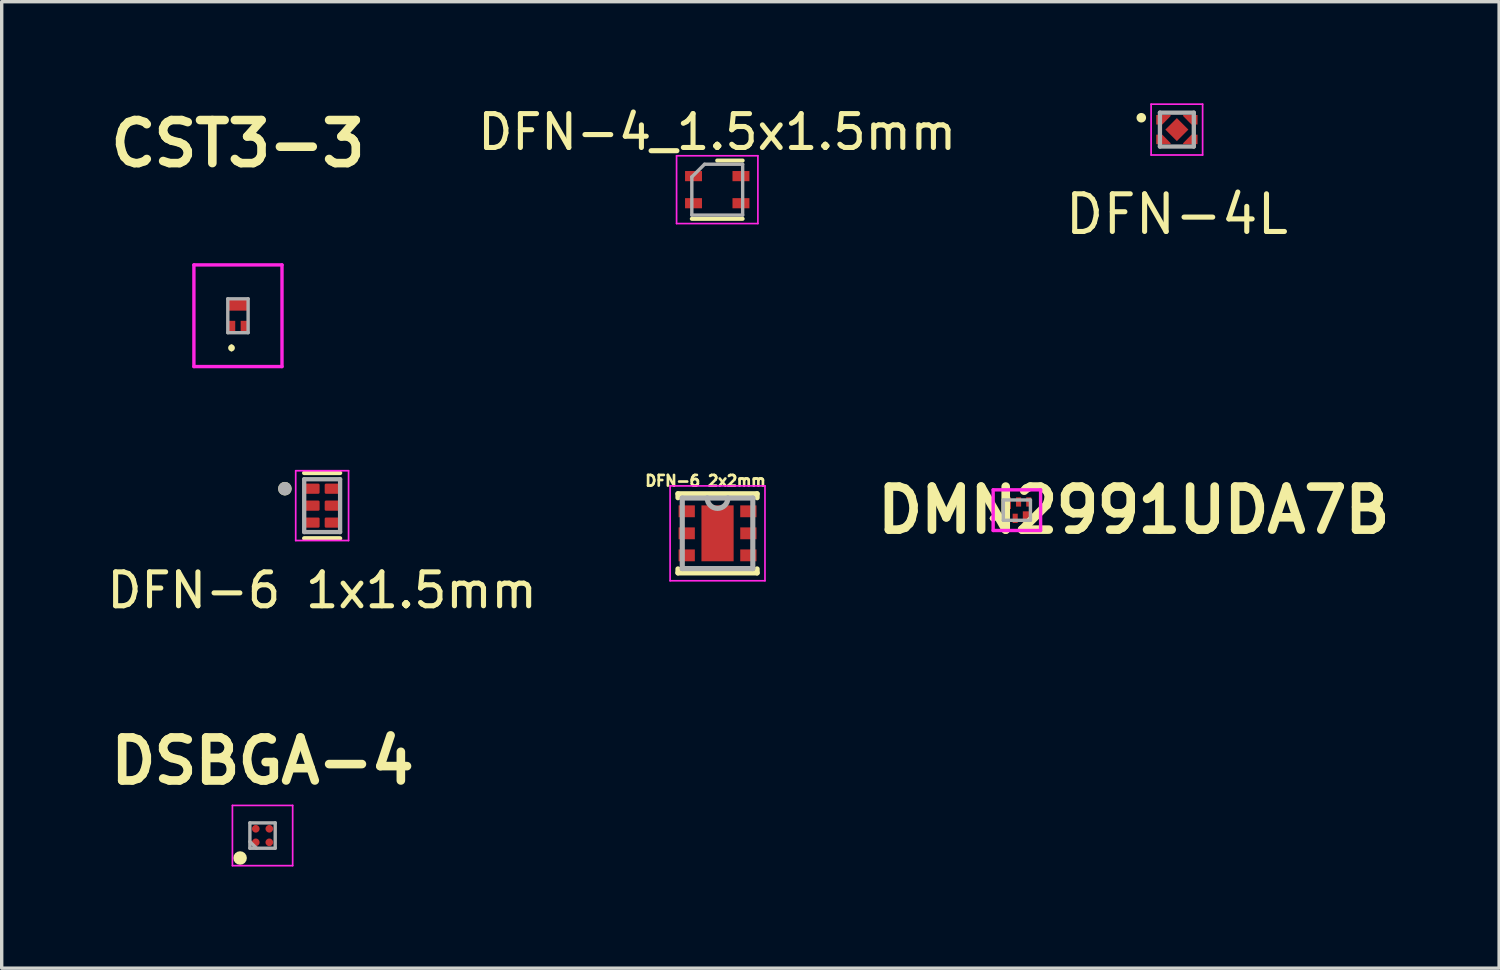
<source format=kicad_pcb>
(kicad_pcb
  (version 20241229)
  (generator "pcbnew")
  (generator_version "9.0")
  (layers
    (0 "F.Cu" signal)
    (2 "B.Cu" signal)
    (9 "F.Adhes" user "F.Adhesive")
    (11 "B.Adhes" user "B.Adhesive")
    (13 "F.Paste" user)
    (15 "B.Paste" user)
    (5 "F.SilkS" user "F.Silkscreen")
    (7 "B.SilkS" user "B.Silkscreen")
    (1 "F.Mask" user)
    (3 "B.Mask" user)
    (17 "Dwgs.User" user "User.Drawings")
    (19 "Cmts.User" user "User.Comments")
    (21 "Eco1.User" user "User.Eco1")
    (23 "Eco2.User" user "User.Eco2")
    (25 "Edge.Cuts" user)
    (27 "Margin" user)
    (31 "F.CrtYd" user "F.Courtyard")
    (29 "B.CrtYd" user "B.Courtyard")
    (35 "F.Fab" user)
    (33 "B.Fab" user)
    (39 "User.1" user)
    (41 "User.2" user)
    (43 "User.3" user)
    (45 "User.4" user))
  (footprint "DFN-4_1.5x1.5mm"
    (layer "F.Cu")
    (at 18.119 2.548)
    (property "Reference" "DFN-4_1.5x1.5mm" (at 0 -1.7 0) (layer "F.SilkS") (effects (font (size 1 1) (thickness 0.15))))
    (attr smd)
    (fp_line (start -0.75 0.86) (end 0.75 0.86) (stroke (width 0.12) (type solid)) (layer "F.SilkS"))
    (fp_line (start 0 -0.86) (end 0.75 -0.86) (stroke (width 0.12) (type solid)) (layer "F.SilkS"))
    (fp_line (start -1.2 -1) (end -1.2 1) (stroke (width 0.05) (type solid)) (layer "F.CrtYd"))
    (fp_line (start -1.2 1) (end 1.2 1) (stroke (width 0.05) (type solid)) (layer "F.CrtYd"))
    (fp_line (start 1.2 -1) (end -1.2 -1) (stroke (width 0.05) (type solid)) (layer "F.CrtYd"))
    (fp_line (start 1.2 1) (end 1.2 -1) (stroke (width 0.05) (type solid)) (layer "F.CrtYd"))
    (fp_line (start -0.75 -0.375) (end -0.375 -0.75) (stroke (width 0.1) (type solid)) (layer "F.Fab"))
    (fp_line (start -0.75 0.75) (end -0.75 -0.375) (stroke (width 0.1) (type solid)) (layer "F.Fab"))
    (fp_line (start -0.375 -0.75) (end 0.75 -0.75) (stroke (width 0.1) (type solid)) (layer "F.Fab"))
    (fp_line (start 0.75 -0.75) (end 0.75 0.75) (stroke (width 0.1) (type solid)) (layer "F.Fab"))
    (fp_line (start 0.75 0.75) (end -0.75 0.75) (stroke (width 0.1) (type solid)) (layer "F.Fab"))
    (pad "1" smd rect (at -0.7 -0.4) (size 0.5 0.3) (layers "F.Cu" "F.Mask" "F.Paste"))
    (pad "2" smd rect (at -0.7 0.4) (size 0.5 0.3) (layers "F.Cu" "F.Mask" "F.Paste"))
    (pad "3" smd rect (at 0.7 0.4) (size 0.5 0.3) (layers "F.Cu" "F.Mask" "F.Paste"))
    (pad "4" smd rect (at 0.7 -0.4) (size 0.5 0.3) (layers "F.Cu" "F.Mask" "F.Paste")))
  (footprint "DFN-6 2x2mm"
    (layer "F.Cu")
    (at 18.128 12.691)
    (property "Reference" "DFN-6 2x2mm" (at -0.355 -1.55 0) (layer "F.SilkS") (effects (font (size 0.315 0.315) (thickness 0.079))))
    (attr smd)
    (fp_line (start -1.168 -1.168) (end -1.168 -1.05) (stroke (width 0.152) (type solid)) (layer "F.SilkS"))
    (fp_line (start -1.168 1.05) (end -1.168 1.168) (stroke (width 0.152) (type solid)) (layer "F.SilkS"))
    (fp_line (start -1.168 1.168) (end 1.168 1.168) (stroke (width 0.152) (type solid)) (layer "F.SilkS"))
    (fp_line (start 1.168 -1.168) (end -1.168 -1.168) (stroke (width 0.152) (type solid)) (layer "F.SilkS"))
    (fp_line (start 1.168 -1.05) (end 1.168 -1.168) (stroke (width 0.152) (type solid)) (layer "F.SilkS"))
    (fp_line (start 1.168 1.168) (end 1.168 1.05) (stroke (width 0.152) (type solid)) (layer "F.SilkS"))
    (fp_line (start -1.4 -1.4) (end -1.4 1.4) (stroke (width 0.05) (type solid)) (layer "F.CrtYd"))
    (fp_line (start -1.4 1.4) (end 1.4 1.4) (stroke (width 0.05) (type solid)) (layer "F.CrtYd"))
    (fp_line (start 1.4 -1.4) (end -1.4 -1.4) (stroke (width 0.05) (type solid)) (layer "F.CrtYd"))
    (fp_line (start 1.4 1.4) (end 1.4 -1.4) (stroke (width 0.05) (type solid)) (layer "F.CrtYd"))
    (fp_line (start -1.041 -1.041) (end -1.041 1.041) (stroke (width 0.152) (type solid)) (layer "F.Fab"))
    (fp_line (start -1.041 1.041) (end 1.041 1.041) (stroke (width 0.152) (type solid)) (layer "F.Fab"))
    (fp_line (start -0.305 -1.041) (end -1.041 -1.041) (stroke (width 0.152) (type solid)) (layer "F.Fab"))
    (fp_line (start 0.305 -1.041) (end -0.305 -1.041) (stroke (width 0.152) (type solid)) (layer "F.Fab"))
    (fp_line (start 1.041 -1.041) (end 0.305 -1.041) (stroke (width 0.152) (type solid)) (layer "F.Fab"))
    (fp_line (start 1.041 1.041) (end 1.041 -1.041) (stroke (width 0.152) (type solid)) (layer "F.Fab"))
    (fp_arc (start 0.3048 -1.0414) (mid 0 -0.7366) (end -0.3048 -1.0414) (stroke (width 0.1524) (type solid)) (layer "F.Fab"))
    (pad "1" smd rect (at -0.91 -0.65) (size 0.48 0.35) (layers "F.Cu" "F.Mask" "F.Paste"))
    (pad "2" smd rect (at -0.91 0) (size 0.48 0.35) (layers "F.Cu" "F.Mask" "F.Paste"))
    (pad "3" smd rect (at -0.91 0.65) (size 0.48 0.35) (layers "F.Cu" "F.Mask" "F.Paste"))
    (pad "4" smd rect (at 0.91 0.65) (size 0.48 0.35) (layers "F.Cu" "F.Mask" "F.Paste"))
    (pad "5" smd rect (at 0.91 0) (size 0.48 0.35) (layers "F.Cu" "F.Mask" "F.Paste"))
    (pad "6" smd rect (at 0.91 -0.65) (size 0.48 0.35) (layers "F.Cu" "F.Mask" "F.Paste"))
    (pad "7" smd rect (at 0 0) (size 0.95 1.65) (layers "F.Cu" "F.Mask")))
  (footprint "DSBGA-4"
    (layer "F.Cu")
    (at 4.699 21.611)
    (property "Reference" "DSBGA-4" (at 0 -2.2 0) (layer "F.SilkS") (effects (font (size 1.27 1.27) (thickness 0.254))))
    (attr smd)
    (fp_circle (center -0.663 0.663) (end -0.563 0.663) (stroke (width 0.2) (type solid)) (fill no) (layer "F.SilkS"))
    (fp_line (start -0.889 -0.889) (end 0.889 -0.889) (stroke (width 0.05) (type solid)) (layer "F.CrtYd"))
    (fp_line (start -0.889 0.889) (end -0.889 -0.889) (stroke (width 0.05) (type solid)) (layer "F.CrtYd"))
    (fp_line (start 0.889 -0.889) (end 0.889 0.889) (stroke (width 0.05) (type solid)) (layer "F.CrtYd"))
    (fp_line (start 0.889 0.889) (end -0.889 0.889) (stroke (width 0.05) (type solid)) (layer "F.CrtYd"))
    (fp_line (start -0.374 -0.374) (end 0.374 -0.374) (stroke (width 0.1) (type solid)) (layer "F.Fab"))
    (fp_line (start -0.374 0.374) (end -0.374 -0.374) (stroke (width 0.1) (type solid)) (layer "F.Fab"))
    (fp_line (start -0.18 0.374) (end -0.374 0.18) (stroke (width 0.1) (type solid)) (layer "F.Fab"))
    (fp_line (start 0.374 -0.374) (end 0.374 0.374) (stroke (width 0.1) (type solid)) (layer "F.Fab"))
    (fp_line (start 0.374 0.374) (end -0.374 0.374) (stroke (width 0.1) (type solid)) (layer "F.Fab"))
    (pad "A1" smd circle (at -0.2 0.2 180) (size 0.226 0.226) (layers "F.Cu" "F.Mask" "F.Paste"))
    (pad "A2" smd circle (at -0.2 -0.2 180) (size 0.226 0.226) (layers "F.Cu" "F.Mask" "F.Paste"))
    (pad "B1" smd circle (at 0.2 0.2 180) (size 0.226 0.226) (layers "F.Cu" "F.Mask" "F.Paste"))
    (pad "B2" smd circle (at 0.2 -0.2 180) (size 0.226 0.226) (layers "F.Cu" "F.Mask" "F.Paste")))
  (footprint "DFN-4L"
    (layer "F.Cu")
    (at 31.685 0.775)
    (property "Reference" "DFN-4L" (at 0 2.5 0) (layer "F.SilkS") (effects (font (size 1.111 1.111) (thickness 0.15))))
    (attr smd)
    (fp_poly (pts (xy -0.294 -0.29) (xy 0.29 -0.29) (xy 0.29 0.294) (xy -0.294 0.294)) (stroke (width 0.01) (type solid)) (fill yes) (layer "F.Mask"))
    (fp_poly (pts (xy -0.135 -0.48) (xy -0.66 -0.48) (xy -0.66 -0.1) (xy -0.38 -0.1) (xy -0.135 -0.35)) (stroke (width 0) (type solid)) (fill yes) (layer "F.Mask"))
    (fp_poly (pts (xy -0.135 0.48) (xy -0.66 0.48) (xy -0.66 0.1) (xy -0.38 0.1) (xy -0.135 0.35)) (stroke (width 0) (type solid)) (fill yes) (layer "F.Mask"))
    (fp_poly (pts (xy 0.135 -0.48) (xy 0.66 -0.48) (xy 0.66 -0.1) (xy 0.38 -0.1) (xy 0.135 -0.35)) (stroke (width 0) (type solid)) (fill yes) (layer "F.Mask"))
    (fp_poly (pts (xy 0.135 0.48) (xy 0.66 0.48) (xy 0.66 0.1) (xy 0.38 0.1) (xy 0.135 0.35)) (stroke (width 0) (type solid)) (fill yes) (layer "F.Mask"))
    (fp_circle (center -1.05 -0.35) (end -0.909 -0.35) (stroke (width 0) (type solid)) (fill yes) (layer "F.SilkS"))
    (fp_poly (pts (xy -0.243 -0.24) (xy 0.24 -0.24) (xy 0.24 0.243) (xy -0.243 0.243)) (stroke (width 0.01) (type solid)) (fill yes) (layer "F.Paste"))
    (fp_poly (pts (xy -0.185 -0.43) (xy -0.61 -0.43) (xy -0.61 -0.15) (xy -0.43 -0.15) (xy -0.185 -0.4)) (stroke (width 0) (type solid)) (fill yes) (layer "F.Paste"))
    (fp_poly (pts (xy -0.185 0.43) (xy -0.61 0.43) (xy -0.61 0.15) (xy -0.43 0.15) (xy -0.185 0.4)) (stroke (width 0) (type solid)) (fill yes) (layer "F.Paste"))
    (fp_poly (pts (xy 0.185 -0.43) (xy 0.61 -0.43) (xy 0.61 -0.15) (xy 0.43 -0.15) (xy 0.185 -0.4)) (stroke (width 0) (type solid)) (fill yes) (layer "F.Paste"))
    (fp_poly (pts (xy 0.185 0.43) (xy 0.61 0.43) (xy 0.61 0.15) (xy 0.43 0.15) (xy 0.185 0.4)) (stroke (width 0) (type solid)) (fill yes) (layer "F.Paste"))
    (fp_line (start -0.76 -0.75) (end 0.76 -0.75) (stroke (width 0.05) (type solid)) (layer "F.CrtYd"))
    (fp_line (start -0.76 0.75) (end -0.76 -0.75) (stroke (width 0.05) (type solid)) (layer "F.CrtYd"))
    (fp_line (start 0.76 -0.75) (end 0.76 0.75) (stroke (width 0.05) (type solid)) (layer "F.CrtYd"))
    (fp_line (start 0.76 0.75) (end -0.76 0.75) (stroke (width 0.05) (type solid)) (layer "F.CrtYd"))
    (fp_line (start -0.5 -0.5) (end 0.5 -0.5) (stroke (width 0.127) (type solid)) (layer "F.Fab"))
    (fp_line (start -0.5 0.5) (end -0.5 -0.5) (stroke (width 0.127) (type solid)) (layer "F.Fab"))
    (fp_line (start 0.5 -0.5) (end 0.5 0.5) (stroke (width 0.127) (type solid)) (layer "F.Fab"))
    (fp_line (start 0.5 0.5) (end -0.5 0.5) (stroke (width 0.127) (type solid)) (layer "F.Fab"))
    (pad "1" smd custom (at -0.435 -0.335) (size 0.2 0.13) (layers "F.Cu") (options (anchor rect)) (primitives (gr_poly (pts (xy 0.25 -0.095) (xy -0.175 -0.095) (xy -0.175 0.185) (xy 0.005 0.185) (xy 0.25 -0.065)) (width 0) (fill yes))))
    (pad "2" smd custom (at -0.435 0.335) (size 0.2 0.13) (layers "F.Cu") (options (anchor rect)) (primitives (gr_poly (pts (xy 0.25 0.095) (xy -0.175 0.095) (xy -0.175 -0.185) (xy 0.005 -0.185) (xy 0.25 0.065)) (width 0) (fill yes))))
    (pad "3" smd custom (at 0.435 0.335) (size 0.2 0.13) (layers "F.Cu") (options (anchor rect)) (primitives (gr_poly (pts (xy -0.25 0.095) (xy 0.175 0.095) (xy 0.175 -0.185) (xy -0.005 -0.185) (xy -0.25 0.065)) (width 0) (fill yes))))
    (pad "4" smd custom (at 0.435 -0.335) (size 0.2 0.13) (layers "F.Cu") (options (anchor rect)) (primitives (gr_poly (pts (xy -0.25 -0.095) (xy 0.175 -0.095) (xy 0.175 0.185) (xy -0.005 0.185) (xy -0.25 -0.065)) (width 0) (fill yes))))
    (pad "5" smd rect (at 0 0 315) (size 0.48 0.48) (layers "F.Cu")))
  (footprint "DFN-6 1x1.5mm"
    (layer "F.Cu")
    (at 6.458 11.874)
    (property "Reference" "DFN-6 1x1.5mm" (at 0 2.5 0) (layer "F.SilkS") (effects (font (size 1 1) (thickness 0.15))))
    (attr smd)
    (fp_line (start -0.53 -0.964) (end 0.53 -0.964) (stroke (width 0.127) (type solid)) (layer "F.SilkS"))
    (fp_line (start -0.53 0.964) (end 0.53 0.964) (stroke (width 0.127) (type solid)) (layer "F.SilkS"))
    (fp_circle (center -1.1 -0.5) (end -1 -0.5) (stroke (width 0.2) (type solid)) (fill no) (layer "F.SilkS"))
    (fp_line (start -0.78 -1.03) (end -0.78 1.03) (stroke (width 0.05) (type solid)) (layer "F.CrtYd"))
    (fp_line (start -0.78 -1.03) (end 0.78 -1.03) (stroke (width 0.05) (type solid)) (layer "F.CrtYd"))
    (fp_line (start -0.78 1.03) (end 0.78 1.03) (stroke (width 0.05) (type solid)) (layer "F.CrtYd"))
    (fp_line (start 0.78 -1.03) (end 0.78 1.03) (stroke (width 0.05) (type solid)) (layer "F.CrtYd"))
    (fp_line (start -0.53 -0.78) (end -0.53 0.78) (stroke (width 0.127) (type solid)) (layer "F.Fab"))
    (fp_line (start -0.53 -0.78) (end 0.53 -0.78) (stroke (width 0.127) (type solid)) (layer "F.Fab"))
    (fp_line (start -0.53 0.78) (end 0.53 0.78) (stroke (width 0.127) (type solid)) (layer "F.Fab"))
    (fp_line (start 0.53 -0.78) (end 0.53 0.78) (stroke (width 0.127) (type solid)) (layer "F.Fab"))
    (fp_circle (center -1.1 -0.5) (end -1 -0.5) (stroke (width 0.2) (type solid)) (fill no) (layer "F.Fab"))
    (pad "1" smd roundrect (at -0.29 -0.5) (size 0.43 0.3) (layers "F.Cu" "F.Mask" "F.Paste") (roundrect_rratio 0.125))
    (pad "2" smd roundrect (at -0.29 0) (size 0.43 0.3) (layers "F.Cu" "F.Mask" "F.Paste") (roundrect_rratio 0.125))
    (pad "3" smd roundrect (at -0.29 0.5) (size 0.43 0.3) (layers "F.Cu" "F.Mask" "F.Paste") (roundrect_rratio 0.125))
    (pad "4" smd roundrect (at 0.29 0.5) (size 0.43 0.3) (layers "F.Cu" "F.Mask" "F.Paste") (roundrect_rratio 0.125))
    (pad "5" smd roundrect (at 0.29 0) (size 0.43 0.3) (layers "F.Cu" "F.Mask" "F.Paste") (roundrect_rratio 0.125))
    (pad "6" smd roundrect (at 0.29 -0.5) (size 0.43 0.3) (layers "F.Cu" "F.Mask" "F.Paste") (roundrect_rratio 0.125)))
  (footprint "CST3-3"
    (layer "F.Cu")
    (at 3.973 6.269)
    (property "Reference" "CST3-3" (at 0 -5.08 0) (layer "F.SilkS") (effects (font (size 1.27 1.27) (thickness 0.254))))
    (attr smd)
    (fp_line (start -0.19 0.9) (end -0.19 0.9) (stroke (width 0.1) (type solid)) (layer "F.SilkS"))
    (fp_line (start -0.19 1) (end -0.19 1) (stroke (width 0.1) (type solid)) (layer "F.SilkS"))
    (fp_arc (start -0.19 0.9) (mid -0.14 0.95) (end -0.19 1) (stroke (width 0.1) (type solid)) (layer "F.SilkS"))
    (fp_arc (start -0.19 1) (mid -0.24 0.95) (end -0.19 0.9) (stroke (width 0.1) (type solid)) (layer "F.SilkS"))
    (fp_line (start -1.3 -1.5) (end 1.3 -1.5) (stroke (width 0.1) (type solid)) (layer "F.CrtYd"))
    (fp_line (start -1.3 1.5) (end -1.3 -1.5) (stroke (width 0.1) (type solid)) (layer "F.CrtYd"))
    (fp_line (start 1.3 -1.5) (end 1.3 1.5) (stroke (width 0.1) (type solid)) (layer "F.CrtYd"))
    (fp_line (start 1.3 1.5) (end -1.3 1.5) (stroke (width 0.1) (type solid)) (layer "F.CrtYd"))
    (fp_line (start -0.3 -0.5) (end 0.3 -0.5) (stroke (width 0.1) (type solid)) (layer "F.Fab"))
    (fp_line (start -0.3 0.5) (end -0.3 -0.5) (stroke (width 0.1) (type solid)) (layer "F.Fab"))
    (fp_line (start 0.3 -0.5) (end 0.3 0.5) (stroke (width 0.1) (type solid)) (layer "F.Fab"))
    (fp_line (start 0.3 0.5) (end -0.3 0.5) (stroke (width 0.1) (type solid)) (layer "F.Fab"))
    (pad "1" smd rect (at -0.19 0.325) (size 0.22 0.35) (layers "F.Cu" "F.Mask" "F.Paste"))
    (pad "2" smd rect (at 0.19 0.325) (size 0.22 0.35) (layers "F.Cu" "F.Mask" "F.Paste"))
    (pad "3" smd rect (at 0 -0.325 90) (size 0.35 0.6) (layers "F.Cu" "F.Mask" "F.Paste")))
  (footprint "DMN2991UDA7B"
    (layer "F.Cu")
    (at 26.963 12.007)
    (property "Reference" "DMN2991UDA7B" (at 3.45 0 0) (layer "F.SilkS") (effects (font (size 1.27 1.27) (thickness 0.254))))
    (attr smd)
    (fp_line (start -0.75 0.242) (end -0.75 0.242) (stroke (width 0.1) (type solid)) (layer "F.SilkS"))
    (fp_line (start -0.65 0.242) (end -0.65 0.242) (stroke (width 0.1) (type solid)) (layer "F.SilkS"))
    (fp_arc (start -0.75 0.242) (mid -0.7 0.192) (end -0.65 0.242) (stroke (width 0.1) (type solid)) (layer "F.SilkS"))
    (fp_arc (start -0.65 0.242) (mid -0.7 0.292) (end -0.75 0.242) (stroke (width 0.1) (type solid)) (layer "F.SilkS"))
    (fp_line (start -0.7 -0.6) (end 0.7 -0.6) (stroke (width 0.1) (type solid)) (layer "F.CrtYd"))
    (fp_line (start -0.7 0.6) (end -0.7 -0.6) (stroke (width 0.1) (type solid)) (layer "F.CrtYd"))
    (fp_line (start 0.7 -0.6) (end 0.7 0.6) (stroke (width 0.1) (type solid)) (layer "F.CrtYd"))
    (fp_line (start 0.7 0.6) (end -0.7 0.6) (stroke (width 0.1) (type solid)) (layer "F.CrtYd"))
    (fp_line (start -0.4 -0.3) (end -0.4 0.3) (stroke (width 0.1) (type solid)) (layer "F.Fab"))
    (fp_line (start -0.4 0.3) (end 0.4 0.3) (stroke (width 0.1) (type solid)) (layer "F.Fab"))
    (fp_line (start 0.4 -0.3) (end -0.4 -0.3) (stroke (width 0.1) (type solid)) (layer "F.Fab"))
    (fp_line (start 0.4 0.3) (end 0.4 -0.3) (stroke (width 0.1) (type solid)) (layer "F.Fab"))
    (pad "1" smd rect (at -0.35 0.242) (size 0.15 0.275) (layers "F.Cu" "F.Mask" "F.Paste"))
    (pad "2" smd rect (at -0.05 0.242) (size 0.15 0.275) (layers "F.Cu" "F.Mask" "F.Paste"))
    (pad "3" smd rect (at 0.275 0.207) (size 0.2 0.345) (layers "F.Cu" "F.Mask" "F.Paste"))
    (pad "4" smd rect (at 0.35 -0.242) (size 0.15 0.275) (layers "F.Cu" "F.Mask" "F.Paste"))
    (pad "5" smd rect (at 0.05 -0.242) (size 0.15 0.275) (layers "F.Cu" "F.Mask" "F.Paste"))
    (pad "6" smd rect (at -0.275 -0.207) (size 0.2 0.345) (layers "F.Cu" "F.Mask" "F.Paste")))
  (gr_rect
    (start -3 -3)
    (end 41.196 25.525)
    (stroke (width 0.1) (type default))
    (fill no)
    (layer "Edge.Cuts")))
</source>
